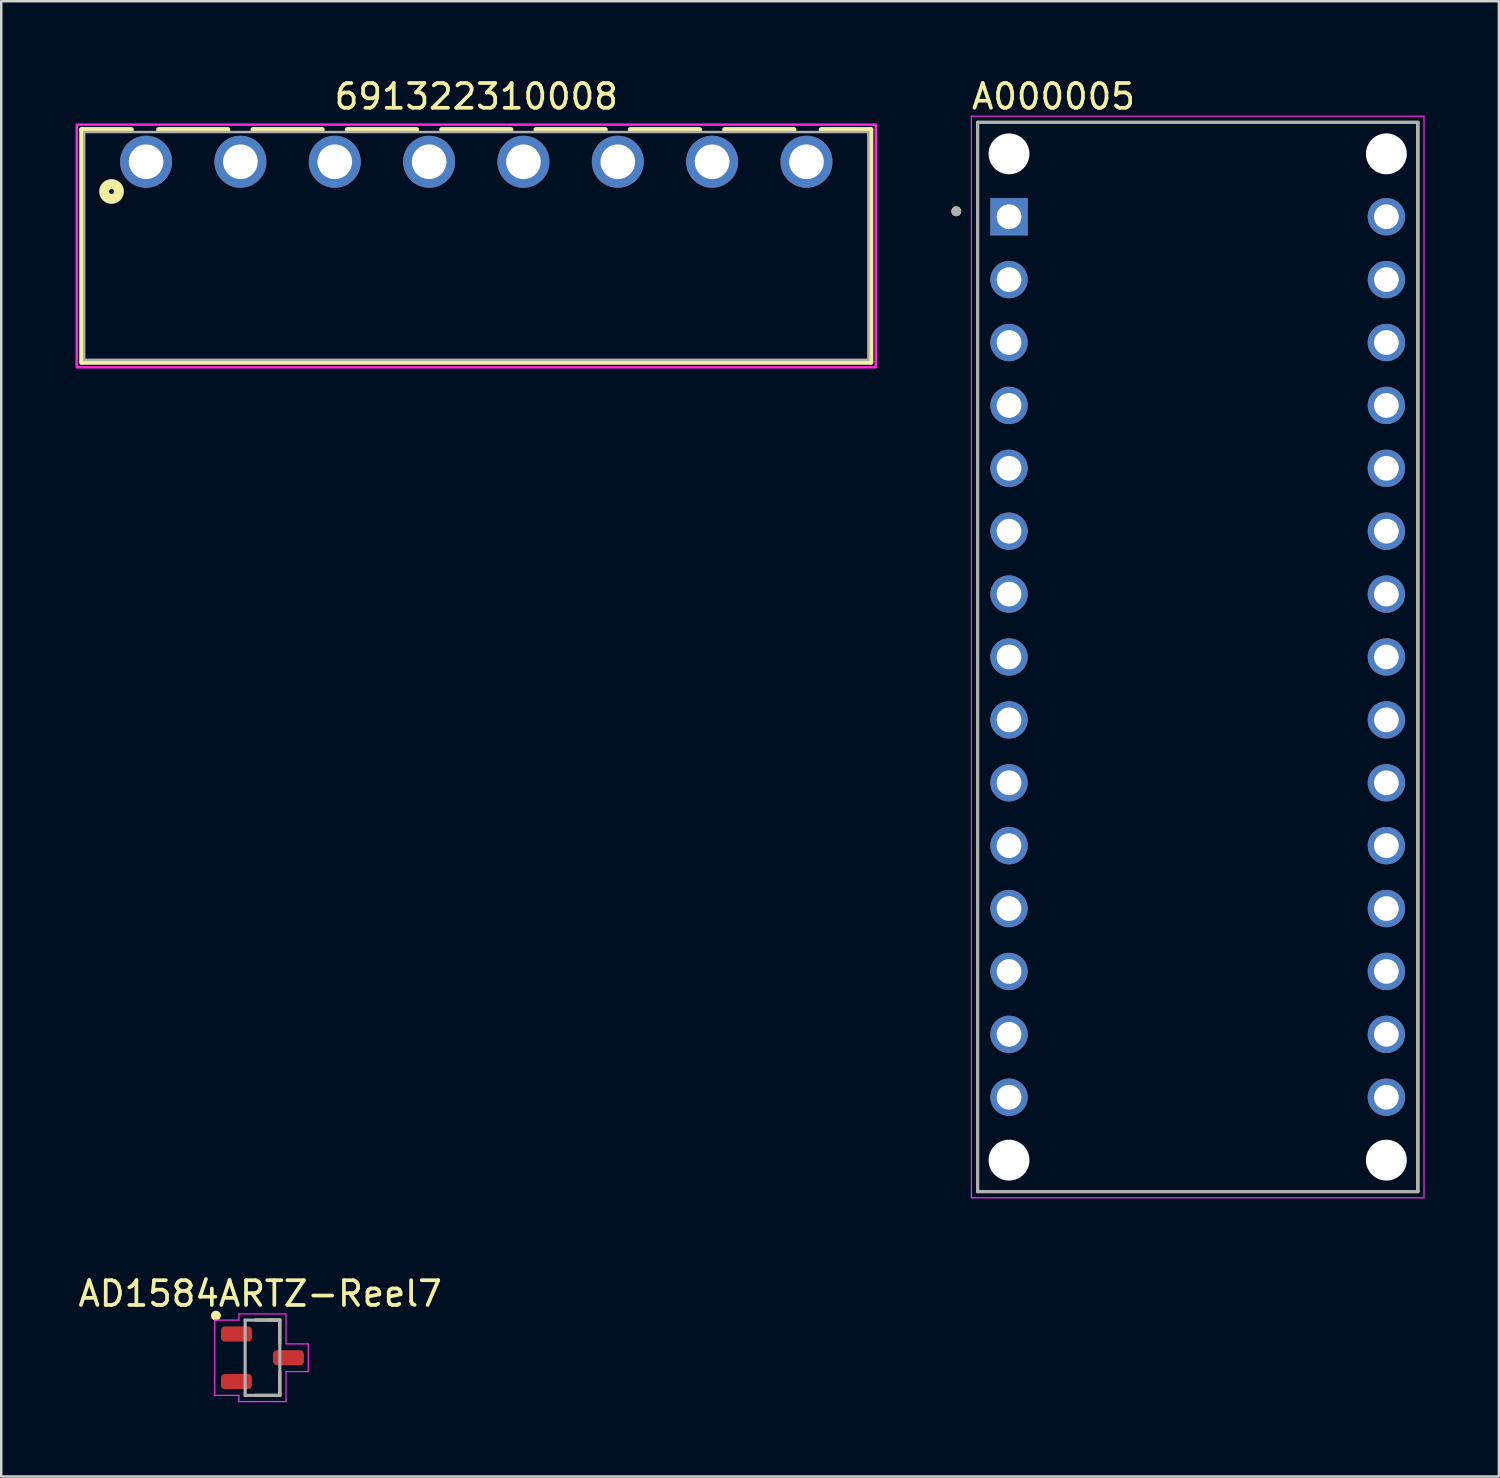
<source format=kicad_pcb>
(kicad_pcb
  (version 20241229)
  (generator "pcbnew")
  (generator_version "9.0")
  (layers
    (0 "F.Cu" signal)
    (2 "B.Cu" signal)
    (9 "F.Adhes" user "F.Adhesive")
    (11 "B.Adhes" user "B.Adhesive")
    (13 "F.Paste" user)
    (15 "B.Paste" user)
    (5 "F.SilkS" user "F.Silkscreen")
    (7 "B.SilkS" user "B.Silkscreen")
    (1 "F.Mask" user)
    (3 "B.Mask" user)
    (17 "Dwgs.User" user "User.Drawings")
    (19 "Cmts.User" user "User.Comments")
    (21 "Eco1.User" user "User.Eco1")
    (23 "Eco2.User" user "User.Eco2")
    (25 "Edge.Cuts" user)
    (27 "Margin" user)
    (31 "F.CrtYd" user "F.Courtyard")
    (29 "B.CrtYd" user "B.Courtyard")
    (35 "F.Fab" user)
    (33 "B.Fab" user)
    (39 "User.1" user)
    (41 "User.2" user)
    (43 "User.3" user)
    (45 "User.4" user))
  (footprint "AD1584ARTZ-Reel7"
    (layer "F.Cu")
    (at 7.55 51.784)
    (property "Reference" "AD1584ARTZ-Reel7" (at -0.092 -2.587 0) (layer "F.SilkS") (effects (font (size 1 1) (thickness 0.15))))
    (attr smd)
    (fp_line (start -0.279 1.52) (end 0.7 1.52) (stroke (width 0.127) (type solid)) (layer "F.SilkS"))
    (fp_line (start 0.305 -1.524) (end -0.279 -1.524) (stroke (width 0.127) (type solid)) (layer "F.SilkS"))
    (fp_line (start 0.7 -1.52) (end 0.305 -1.524) (stroke (width 0.127) (type solid)) (layer "F.SilkS"))
    (fp_line (start 0.7 -0.584) (end 0.7 -1.52) (stroke (width 0.127) (type solid)) (layer "F.SilkS"))
    (fp_line (start 0.7 1.52) (end 0.7 0.584) (stroke (width 0.127) (type solid)) (layer "F.SilkS"))
    (fp_circle (center -1.88 -1.7) (end -1.778 -1.7) (stroke (width 0.2) (type solid)) (fill no) (layer "F.SilkS"))
    (fp_line (start -1.93 -1.52) (end -0.95 -1.52) (stroke (width 0.05) (type solid)) (layer "F.CrtYd"))
    (fp_line (start -1.93 1.52) (end -1.93 -1.52) (stroke (width 0.05) (type solid)) (layer "F.CrtYd"))
    (fp_line (start -0.95 -1.77) (end 0.95 -1.77) (stroke (width 0.05) (type solid)) (layer "F.CrtYd"))
    (fp_line (start -0.95 -1.52) (end -0.95 -1.77) (stroke (width 0.05) (type solid)) (layer "F.CrtYd"))
    (fp_line (start -0.95 1.52) (end -1.93 1.52) (stroke (width 0.05) (type solid)) (layer "F.CrtYd"))
    (fp_line (start -0.95 1.77) (end -0.95 1.52) (stroke (width 0.05) (type solid)) (layer "F.CrtYd"))
    (fp_line (start 0.95 -1.77) (end 0.95 -0.56) (stroke (width 0.05) (type solid)) (layer "F.CrtYd"))
    (fp_line (start 0.95 -0.56) (end 1.85 -0.56) (stroke (width 0.05) (type solid)) (layer "F.CrtYd"))
    (fp_line (start 0.95 0.56) (end 0.95 1.77) (stroke (width 0.05) (type solid)) (layer "F.CrtYd"))
    (fp_line (start 0.95 1.77) (end -0.95 1.77) (stroke (width 0.05) (type solid)) (layer "F.CrtYd"))
    (fp_line (start 1.85 -0.56) (end 1.85 0.56) (stroke (width 0.05) (type solid)) (layer "F.CrtYd"))
    (fp_line (start 1.85 0.56) (end 0.95 0.56) (stroke (width 0.05) (type solid)) (layer "F.CrtYd"))
    (fp_line (start -0.7 -1.52) (end -0.7 1.52) (stroke (width 0.127) (type solid)) (layer "F.Fab"))
    (fp_line (start -0.7 1.52) (end 0.7 1.52) (stroke (width 0.127) (type solid)) (layer "F.Fab"))
    (fp_line (start 0.305 -1.524) (end 0.7 -1.52) (stroke (width 0.127) (type solid)) (layer "F.Fab"))
    (fp_line (start 0.7 -1.52) (end -0.7 -1.52) (stroke (width 0.127) (type solid)) (layer "F.Fab"))
    (fp_line (start 0.7 1.52) (end 0.7 -1.52) (stroke (width 0.127) (type solid)) (layer "F.Fab"))
    (pad "1" smd roundrect (at -1.05 -0.96) (size 1.25 0.61) (layers "F.Cu" "F.Mask" "F.Paste") (roundrect_rratio 0.25))
    (pad "2" smd roundrect (at -1.05 0.96) (size 1.25 0.61) (layers "F.Cu" "F.Mask" "F.Paste") (roundrect_rratio 0.25))
    (pad "3" smd roundrect (at 1.05 0) (size 1.25 0.61) (layers "F.Cu" "F.Mask" "F.Paste") (roundrect_rratio 0.25)))
  (footprint "A000005"
    (layer "F.Cu")
    (at 45.32 23.483)
    (property "Reference" "A000005" (at -5.825 -22.635 0) (layer "F.SilkS") (effects (font (size 1 1) (thickness 0.15))))
    (attr through_hole)
    (fp_line (start -8.89 -21.59) (end 8.89 -21.59) (stroke (width 0.127) (type solid)) (layer "F.SilkS"))
    (fp_line (start -8.89 21.59) (end -8.89 -21.59) (stroke (width 0.127) (type solid)) (layer "F.SilkS"))
    (fp_line (start 8.89 -21.59) (end 8.89 21.59) (stroke (width 0.127) (type solid)) (layer "F.SilkS"))
    (fp_line (start 8.89 21.59) (end -8.89 21.59) (stroke (width 0.127) (type solid)) (layer "F.SilkS"))
    (fp_circle (center -9.75 -18) (end -9.65 -18) (stroke (width 0.2) (type solid)) (fill no) (layer "F.SilkS"))
    (fp_line (start -9.14 -21.84) (end 9.14 -21.84) (stroke (width 0.05) (type solid)) (layer "F.CrtYd"))
    (fp_line (start -9.14 21.84) (end -9.14 -21.84) (stroke (width 0.05) (type solid)) (layer "F.CrtYd"))
    (fp_line (start 9.14 -21.84) (end 9.14 21.84) (stroke (width 0.05) (type solid)) (layer "F.CrtYd"))
    (fp_line (start 9.14 21.84) (end -9.14 21.84) (stroke (width 0.05) (type solid)) (layer "F.CrtYd"))
    (fp_line (start -8.89 -21.59) (end 8.89 -21.59) (stroke (width 0.127) (type solid)) (layer "F.Fab"))
    (fp_line (start -8.89 21.59) (end -8.89 -21.59) (stroke (width 0.127) (type solid)) (layer "F.Fab"))
    (fp_line (start 8.89 -21.59) (end 8.89 21.59) (stroke (width 0.127) (type solid)) (layer "F.Fab"))
    (fp_line (start 8.89 21.59) (end -8.89 21.59) (stroke (width 0.127) (type solid)) (layer "F.Fab"))
    (fp_circle (center -9.75 -18) (end -9.65 -18) (stroke (width 0.2) (type solid)) (fill no) (layer "F.Fab"))
    (pad "" np_thru_hole circle (at -7.62 -20.32) (size 1.651 1.651) (drill 1.651) (layers "*.Cu" "*.Mask"))
    (pad "" np_thru_hole circle (at -7.62 20.32) (size 1.651 1.651) (drill 1.651) (layers "*.Cu" "*.Mask"))
    (pad "" np_thru_hole circle (at 7.62 -20.32) (size 1.651 1.651) (drill 1.651) (layers "*.Cu" "*.Mask"))
    (pad "" np_thru_hole circle (at 7.62 20.32) (size 1.651 1.651) (drill 1.651) (layers "*.Cu" "*.Mask"))
    (pad "1" thru_hole rect (at -7.62 -17.78) (size 1.508 1.508) (drill 1) (layers "*.Cu" "*.Mask"))
    (pad "2" thru_hole circle (at -7.62 -15.24) (size 1.508 1.508) (drill 1) (layers "*.Cu" "*.Mask"))
    (pad "3" thru_hole circle (at -7.62 -12.7) (size 1.508 1.508) (drill 1) (layers "*.Cu" "*.Mask"))
    (pad "4" thru_hole circle (at -7.62 -10.16) (size 1.508 1.508) (drill 1) (layers "*.Cu" "*.Mask"))
    (pad "5" thru_hole circle (at -7.62 -7.62) (size 1.508 1.508) (drill 1) (layers "*.Cu" "*.Mask"))
    (pad "6" thru_hole circle (at -7.62 -5.08) (size 1.508 1.508) (drill 1) (layers "*.Cu" "*.Mask"))
    (pad "7" thru_hole circle (at -7.62 -2.54) (size 1.508 1.508) (drill 1) (layers "*.Cu" "*.Mask"))
    (pad "8" thru_hole circle (at -7.62 0) (size 1.508 1.508) (drill 1) (layers "*.Cu" "*.Mask"))
    (pad "9" thru_hole circle (at -7.62 2.54) (size 1.508 1.508) (drill 1) (layers "*.Cu" "*.Mask"))
    (pad "10" thru_hole circle (at -7.62 5.08) (size 1.508 1.508) (drill 1) (layers "*.Cu" "*.Mask"))
    (pad "11" thru_hole circle (at -7.62 7.62) (size 1.508 1.508) (drill 1) (layers "*.Cu" "*.Mask"))
    (pad "12" thru_hole circle (at -7.62 10.16) (size 1.508 1.508) (drill 1) (layers "*.Cu" "*.Mask"))
    (pad "13" thru_hole circle (at -7.62 12.7) (size 1.508 1.508) (drill 1) (layers "*.Cu" "*.Mask"))
    (pad "14" thru_hole circle (at -7.62 15.24) (size 1.508 1.508) (drill 1) (layers "*.Cu" "*.Mask"))
    (pad "15" thru_hole circle (at -7.62 17.78) (size 1.508 1.508) (drill 1) (layers "*.Cu" "*.Mask"))
    (pad "16" thru_hole circle (at 7.62 17.78) (size 1.508 1.508) (drill 1) (layers "*.Cu" "*.Mask"))
    (pad "17" thru_hole circle (at 7.62 15.24) (size 1.508 1.508) (drill 1) (layers "*.Cu" "*.Mask"))
    (pad "18" thru_hole circle (at 7.62 12.7) (size 1.508 1.508) (drill 1) (layers "*.Cu" "*.Mask"))
    (pad "19" thru_hole circle (at 7.62 10.16) (size 1.508 1.508) (drill 1) (layers "*.Cu" "*.Mask"))
    (pad "20" thru_hole circle (at 7.62 7.62) (size 1.508 1.508) (drill 1) (layers "*.Cu" "*.Mask"))
    (pad "21" thru_hole circle (at 7.62 5.08) (size 1.508 1.508) (drill 1) (layers "*.Cu" "*.Mask"))
    (pad "22" thru_hole circle (at 7.62 2.54) (size 1.508 1.508) (drill 1) (layers "*.Cu" "*.Mask"))
    (pad "23" thru_hole circle (at 7.62 0) (size 1.508 1.508) (drill 1) (layers "*.Cu" "*.Mask"))
    (pad "24" thru_hole circle (at 7.62 -2.54) (size 1.508 1.508) (drill 1) (layers "*.Cu" "*.Mask"))
    (pad "25" thru_hole circle (at 7.62 -5.08) (size 1.508 1.508) (drill 1) (layers "*.Cu" "*.Mask"))
    (pad "26" thru_hole circle (at 7.62 -7.62) (size 1.508 1.508) (drill 1) (layers "*.Cu" "*.Mask"))
    (pad "27" thru_hole circle (at 7.62 -10.16) (size 1.508 1.508) (drill 1) (layers "*.Cu" "*.Mask"))
    (pad "28" thru_hole circle (at 7.62 -12.7) (size 1.508 1.508) (drill 1) (layers "*.Cu" "*.Mask"))
    (pad "29" thru_hole circle (at 7.62 -15.24) (size 1.508 1.508) (drill 1) (layers "*.Cu" "*.Mask"))
    (pad "30" thru_hole circle (at 7.62 -17.78) (size 1.508 1.508) (drill 1) (layers "*.Cu" "*.Mask")))
  (footprint "691322310008"
    (layer "F.Cu")
    (at 16.185 3.483)
    (property "Reference" "691322310008" (at 0 -2.635 0) (layer "F.SilkS") (effects (font (size 1 1) (thickness 0.15))))
    (attr through_hole)
    (fp_line (start -15.935 -1.3) (end -13.93 -1.3) (stroke (width 0.2) (type solid)) (layer "F.SilkS"))
    (fp_line (start -15.935 8.1) (end -15.935 -1.3) (stroke (width 0.2) (type solid)) (layer "F.SilkS"))
    (fp_line (start -12.83 -1.3) (end -10.03 -1.3) (stroke (width 0.2) (type solid)) (layer "F.SilkS"))
    (fp_line (start -9.02 -1.3) (end -6.22 -1.3) (stroke (width 0.2) (type solid)) (layer "F.SilkS"))
    (fp_line (start -5.21 -1.3) (end -2.41 -1.3) (stroke (width 0.2) (type solid)) (layer "F.SilkS"))
    (fp_line (start -1.4 -1.3) (end 1.4 -1.3) (stroke (width 0.2) (type solid)) (layer "F.SilkS"))
    (fp_line (start 2.41 -1.3) (end 5.21 -1.3) (stroke (width 0.2) (type solid)) (layer "F.SilkS"))
    (fp_line (start 6.22 -1.3) (end 9.02 -1.3) (stroke (width 0.2) (type solid)) (layer "F.SilkS"))
    (fp_line (start 10.03 -1.3) (end 12.83 -1.3) (stroke (width 0.2) (type solid)) (layer "F.SilkS"))
    (fp_line (start 13.93 -1.3) (end 15.935 -1.3) (stroke (width 0.2) (type solid)) (layer "F.SilkS"))
    (fp_line (start 15.935 -1.3) (end 15.935 8.1) (stroke (width 0.2) (type solid)) (layer "F.SilkS"))
    (fp_line (start 15.935 8.1) (end -15.935 8.1) (stroke (width 0.2) (type solid)) (layer "F.SilkS"))
    (fp_circle (center -14.73 1.2) (end -14.63 1.2) (stroke (width 0.4) (type solid)) (fill no) (layer "F.SilkS"))
    (fp_poly (pts (xy -16.135 -1.5) (xy 16.135 -1.5) (xy 16.135 8.3) (xy -16.135 8.3)) (stroke (width 0.1) (type solid)) (fill no) (layer "F.CrtYd"))
    (fp_line (start -15.835 -1.2) (end -15.835 8) (stroke (width 0.1) (type solid)) (layer "F.Fab"))
    (fp_line (start -15.835 8) (end 15.835 8) (stroke (width 0.1) (type solid)) (layer "F.Fab"))
    (fp_line (start 15.835 -1.2) (end -15.835 -1.2) (stroke (width 0.1) (type solid)) (layer "F.Fab"))
    (fp_line (start 15.835 8) (end 15.835 -1.2) (stroke (width 0.1) (type solid)) (layer "F.Fab"))
    (pad "1" thru_hole circle (at -13.335 0) (size 2.1 2.1) (drill 1.4) (layers "*.Cu" "*.Mask"))
    (pad "2" thru_hole circle (at -9.525 0) (size 2.1 2.1) (drill 1.4) (layers "*.Cu" "*.Mask"))
    (pad "3" thru_hole circle (at -5.715 0) (size 2.1 2.1) (drill 1.4) (layers "*.Cu" "*.Mask"))
    (pad "4" thru_hole circle (at -1.905 0) (size 2.1 2.1) (drill 1.4) (layers "*.Cu" "*.Mask"))
    (pad "5" thru_hole circle (at 1.905 0) (size 2.1 2.1) (drill 1.4) (layers "*.Cu" "*.Mask"))
    (pad "6" thru_hole circle (at 5.715 0) (size 2.1 2.1) (drill 1.4) (layers "*.Cu" "*.Mask"))
    (pad "7" thru_hole circle (at 9.525 0) (size 2.1 2.1) (drill 1.4) (layers "*.Cu" "*.Mask"))
    (pad "8" thru_hole circle (at 13.335 0) (size 2.1 2.1) (drill 1.4) (layers "*.Cu" "*.Mask")))
  (gr_rect
    (start -3 -3)
    (end 57.485 56.579)
    (stroke (width 0.1) (type default))
    (fill no)
    (layer "Edge.Cuts")))
</source>
